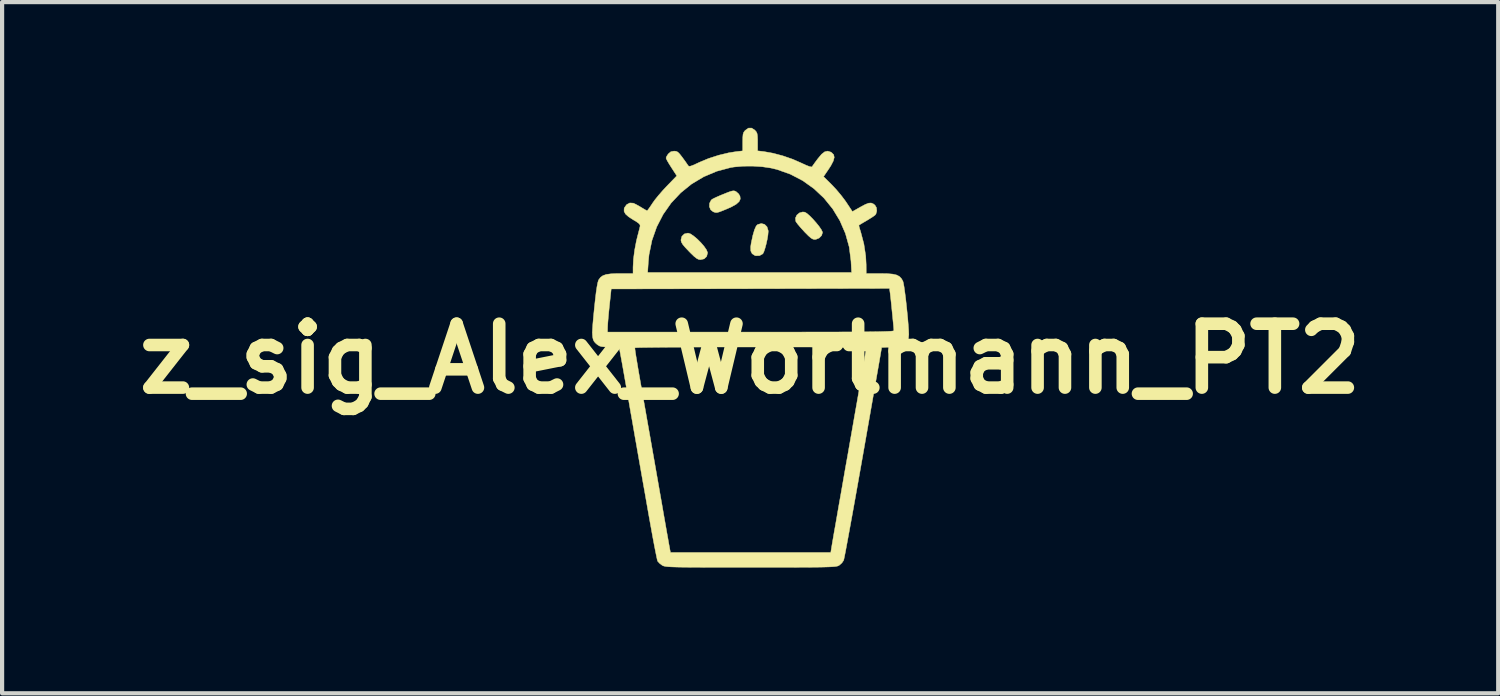
<source format=kicad_pcb>
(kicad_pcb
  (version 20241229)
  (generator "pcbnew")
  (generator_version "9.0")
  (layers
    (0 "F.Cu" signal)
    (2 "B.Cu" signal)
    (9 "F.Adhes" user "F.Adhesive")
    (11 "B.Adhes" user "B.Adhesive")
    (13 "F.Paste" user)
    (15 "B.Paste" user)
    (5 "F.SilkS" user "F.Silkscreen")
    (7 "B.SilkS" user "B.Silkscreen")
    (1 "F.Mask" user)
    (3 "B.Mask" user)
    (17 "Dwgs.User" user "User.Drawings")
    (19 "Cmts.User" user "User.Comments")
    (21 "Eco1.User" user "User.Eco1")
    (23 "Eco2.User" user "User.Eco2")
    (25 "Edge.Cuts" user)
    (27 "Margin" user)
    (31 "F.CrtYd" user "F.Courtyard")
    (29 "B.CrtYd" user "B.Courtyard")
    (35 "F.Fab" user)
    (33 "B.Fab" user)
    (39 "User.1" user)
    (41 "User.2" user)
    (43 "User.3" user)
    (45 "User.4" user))
  (footprint "z_sig_Alex_Wortmann_PT2"
    (layer "F.Cu")
    (at 14.848 5.508)
    (property "Reference" "z_sig_Alex_Wortmann_PT2" (at 0 0 0) (layer "F.SilkS") (effects (font (size 1.524 1.524) (thickness 0.3))))
    (attr through_hole)
    (fp_poly (pts (xy 0.344 -3.205) (xy 0.402 -3.147) (xy 0.43 -3.057) (xy 0.431 -3.029) (xy 0.424 -2.948) (xy 0.407 -2.847) (xy 0.383 -2.737) (xy 0.355 -2.635) (xy 0.328 -2.553) (xy 0.304 -2.505) (xy 0.301 -2.502) (xy 0.222 -2.458) (xy 0.132 -2.457) (xy 0.11 -2.464) (xy 0.047 -2.505) (xy 0.015 -2.57) (xy 0.012 -2.667) (xy 0.024 -2.753) (xy 0.064 -2.941) (xy 0.104 -3.078) (xy 0.144 -3.166) (xy 0.177 -3.2) (xy 0.266 -3.225) (xy 0.344 -3.205)) (stroke (width 0.01) (type solid)) (fill yes) (layer "F.SilkS"))
    (fp_poly (pts (xy -1.424 -2.978) (xy -1.347 -2.926) (xy -1.26 -2.853) (xy -1.174 -2.767) (xy -1.098 -2.678) (xy -1.042 -2.597) (xy -1.017 -2.533) (xy -1.016 -2.524) (xy -1.038 -2.439) (xy -1.098 -2.382) (xy -1.187 -2.362) (xy -1.23 -2.369) (xy -1.276 -2.392) (xy -1.335 -2.438) (xy -1.414 -2.514) (xy -1.458 -2.559) (xy -1.548 -2.654) (xy -1.606 -2.723) (xy -1.638 -2.776) (xy -1.65 -2.82) (xy -1.651 -2.835) (xy -1.629 -2.92) (xy -1.57 -2.977) (xy -1.483 -2.997) (xy -1.424 -2.978)) (stroke (width 0.01) (type solid)) (fill yes) (layer "F.SilkS"))
    (fp_poly (pts (xy 1.304 -3.496) (xy 1.352 -3.468) (xy 1.419 -3.41) (xy 1.496 -3.332) (xy 1.574 -3.244) (xy 1.645 -3.156) (xy 1.698 -3.079) (xy 1.725 -3.022) (xy 1.727 -3.01) (xy 1.704 -2.938) (xy 1.646 -2.879) (xy 1.568 -2.847) (xy 1.541 -2.845) (xy 1.499 -2.852) (xy 1.452 -2.878) (xy 1.392 -2.93) (xy 1.31 -3.012) (xy 1.286 -3.038) (xy 1.208 -3.124) (xy 1.143 -3.2) (xy 1.1 -3.257) (xy 1.087 -3.28) (xy 1.081 -3.357) (xy 1.114 -3.427) (xy 1.176 -3.479) (xy 1.255 -3.501) (xy 1.304 -3.496)) (stroke (width 0.01) (type solid)) (fill yes) (layer "F.SilkS"))
    (fp_poly (pts (xy -0.37 -4.002) (xy -0.337 -3.987) (xy -0.334 -3.985) (xy -0.276 -3.934) (xy -0.243 -3.879) (xy -0.235 -3.811) (xy -0.264 -3.748) (xy -0.333 -3.686) (xy -0.447 -3.622) (xy -0.548 -3.577) (xy -0.659 -3.531) (xy -0.735 -3.502) (xy -0.786 -3.488) (xy -0.823 -3.487) (xy -0.859 -3.497) (xy -0.883 -3.506) (xy -0.943 -3.554) (xy -0.972 -3.627) (xy -0.969 -3.708) (xy -0.932 -3.78) (xy -0.911 -3.801) (xy -0.873 -3.822) (xy -0.801 -3.856) (xy -0.705 -3.898) (xy -0.638 -3.925) (xy -0.529 -3.969) (xy -0.455 -3.995) (xy -0.406 -4.005) (xy -0.37 -4.002)) (stroke (width 0.01) (type solid)) (fill yes) (layer "F.SilkS"))
    (fp_poly (pts (xy 0.111 -5.454) (xy 0.115 -5.449) (xy 0.146 -5.414) (xy 0.165 -5.373) (xy 0.174 -5.315) (xy 0.178 -5.226) (xy 0.178 -5.173) (xy 0.178 -4.959) (xy 0.324 -4.942) (xy 0.543 -4.903) (xy 0.78 -4.84) (xy 1.017 -4.758) (xy 1.206 -4.675) (xy 1.334 -4.616) (xy 1.42 -4.583) (xy 1.468 -4.575) (xy 1.477 -4.581) (xy 1.5 -4.614) (xy 1.544 -4.676) (xy 1.602 -4.754) (xy 1.618 -4.775) (xy 1.704 -4.878) (xy 1.778 -4.936) (xy 1.848 -4.953) (xy 1.92 -4.931) (xy 1.945 -4.916) (xy 1.993 -4.867) (xy 2.006 -4.803) (xy 1.984 -4.718) (xy 1.926 -4.606) (xy 1.879 -4.533) (xy 1.751 -4.344) (xy 1.95 -4.147) (xy 2.054 -4.036) (xy 2.163 -3.906) (xy 2.26 -3.779) (xy 2.294 -3.73) (xy 2.44 -3.51) (xy 2.636 -3.621) (xy 2.746 -3.68) (xy 2.826 -3.711) (xy 2.887 -3.715) (xy 2.94 -3.693) (xy 2.978 -3.663) (xy 3.013 -3.604) (xy 3.021 -3.525) (xy 3.001 -3.453) (xy 2.978 -3.424) (xy 2.935 -3.393) (xy 2.862 -3.346) (xy 2.776 -3.293) (xy 2.769 -3.289) (xy 2.688 -3.242) (xy 2.627 -3.205) (xy 2.596 -3.186) (xy 2.595 -3.185) (xy 2.597 -3.16) (xy 2.614 -3.099) (xy 2.64 -3.016) (xy 2.641 -3.011) (xy 2.713 -2.739) (xy 2.757 -2.451) (xy 2.768 -2.242) (xy 2.769 -2.032) (xy 3.105 -2.032) (xy 3.275 -2.029) (xy 3.403 -2.018) (xy 3.497 -1.996) (xy 3.563 -1.96) (xy 3.611 -1.909) (xy 3.645 -1.848) (xy 3.657 -1.801) (xy 3.673 -1.712) (xy 3.69 -1.59) (xy 3.709 -1.445) (xy 3.727 -1.285) (xy 3.744 -1.12) (xy 3.76 -0.958) (xy 3.772 -0.809) (xy 3.781 -0.681) (xy 3.785 -0.584) (xy 3.785 -0.575) (xy 3.776 -0.484) (xy 3.742 -0.414) (xy 3.711 -0.375) (xy 3.674 -0.337) (xy 3.64 -0.312) (xy 3.594 -0.297) (xy 3.526 -0.288) (xy 3.422 -0.281) (xy 3.387 -0.279) (xy 3.138 -0.267) (xy 3.07 0.127) (xy 2.975 0.67) (xy 2.884 1.188) (xy 2.798 1.679) (xy 2.717 2.141) (xy 2.641 2.572) (xy 2.57 2.972) (xy 2.505 3.337) (xy 2.446 3.666) (xy 2.393 3.957) (xy 2.347 4.209) (xy 2.308 4.42) (xy 2.277 4.587) (xy 2.253 4.709) (xy 2.237 4.785) (xy 2.231 4.81) (xy 2.188 4.874) (xy 2.125 4.929) (xy 2.123 4.931) (xy 2.107 4.939) (xy 2.087 4.947) (xy 2.06 4.953) (xy 2.022 4.959) (xy 1.97 4.963) (xy 1.901 4.967) (xy 1.81 4.97) (xy 1.696 4.973) (xy 1.554 4.975) (xy 1.38 4.976) (xy 1.172 4.977) (xy 0.926 4.978) (xy 0.639 4.978) (xy 0.307 4.978) (xy 0.013 4.978) (xy -0.356 4.978) (xy -0.678 4.978) (xy -0.956 4.978) (xy -1.193 4.977) (xy -1.393 4.976) (xy -1.56 4.975) (xy -1.696 4.973) (xy -1.805 4.97) (xy -1.89 4.967) (xy -1.956 4.963) (xy -2.004 4.958) (xy -2.04 4.952) (xy -2.065 4.945) (xy -2.084 4.938) (xy -2.1 4.929) (xy -2.162 4.882) (xy -2.205 4.835) (xy -2.208 4.83) (xy -2.218 4.795) (xy -2.235 4.715) (xy -2.259 4.597) (xy -2.289 4.444) (xy -2.323 4.263) (xy -2.36 4.059) (xy -2.4 3.837) (xy -2.426 3.692) (xy -2.47 3.44) (xy -2.515 3.183) (xy -2.56 2.931) (xy -2.602 2.692) (xy -2.64 2.475) (xy -2.673 2.288) (xy -2.699 2.14) (xy -2.704 2.108) (xy -2.732 1.952) (xy -2.766 1.758) (xy -2.804 1.538) (xy -2.846 1.302) (xy -2.887 1.064) (xy -2.927 0.835) (xy -2.933 0.8) (xy -2.969 0.596) (xy -3.003 0.403) (xy -3.034 0.227) (xy -3.061 0.076) (xy -3.083 -0.043) (xy -3.097 -0.123) (xy -3.102 -0.146) (xy -3.124 -0.26) (xy -2.75 -0.26) (xy -2.749 -0.232) (xy -2.739 -0.159) (xy -2.722 -0.048) (xy -2.698 0.094) (xy -2.67 0.263) (xy -2.637 0.452) (xy -2.614 0.584) (xy -2.581 0.767) (xy -2.542 0.992) (xy -2.496 1.252) (xy -2.446 1.537) (xy -2.392 1.841) (xy -2.337 2.155) (xy -2.281 2.472) (xy -2.227 2.782) (xy -2.198 2.946) (xy -2.15 3.221) (xy -2.104 3.482) (xy -2.062 3.725) (xy -2.023 3.946) (xy -1.989 4.14) (xy -1.96 4.301) (xy -1.938 4.427) (xy -1.922 4.512) (xy -1.915 4.552) (xy -1.915 4.553) (xy -1.901 4.623) (xy 1.923 4.623) (xy 1.953 4.439) (xy 1.962 4.386) (xy 1.979 4.288) (xy 2.003 4.147) (xy 2.035 3.969) (xy 2.072 3.756) (xy 2.114 3.513) (xy 2.162 3.243) (xy 2.213 2.951) (xy 2.267 2.64) (xy 2.325 2.316) (xy 2.376 2.024) (xy 2.434 1.693) (xy 2.489 1.377) (xy 2.542 1.078) (xy 2.59 0.801) (xy 2.634 0.548) (xy 2.673 0.324) (xy 2.706 0.132) (xy 2.733 -0.025) (xy 2.753 -0.142) (xy 2.765 -0.216) (xy 2.769 -0.243) (xy 2.763 -0.249) (xy 2.745 -0.254) (xy 2.711 -0.259) (xy 2.658 -0.263) (xy 2.585 -0.266) (xy 2.488 -0.269) (xy 2.365 -0.272) (xy 2.214 -0.274) (xy 2.03 -0.275) (xy 1.813 -0.277) (xy 1.558 -0.278) (xy 1.264 -0.279) (xy 0.928 -0.279) (xy 0.547 -0.279) (xy 0.118 -0.279) (xy 0.014 -0.279) (xy -0.355 -0.279) (xy -0.711 -0.279) (xy -1.048 -0.278) (xy -1.365 -0.277) (xy -1.657 -0.275) (xy -1.922 -0.274) (xy -2.156 -0.272) (xy -2.356 -0.27) (xy -2.519 -0.268) (xy -2.641 -0.266) (xy -2.719 -0.263) (xy -2.75 -0.261) (xy -2.75 -0.26) (xy -3.124 -0.26) (xy -3.128 -0.279) (xy -3.351 -0.279) (xy -3.465 -0.281) (xy -3.541 -0.288) (xy -3.594 -0.303) (xy -3.637 -0.329) (xy -3.645 -0.334) (xy -3.688 -0.371) (xy -3.721 -0.408) (xy -3.744 -0.453) (xy -3.758 -0.512) (xy -3.764 -0.59) (xy -3.764 -0.635) (xy -3.404 -0.635) (xy 0.013 -0.635) (xy 0.507 -0.635) (xy 0.953 -0.635) (xy 1.353 -0.636) (xy 1.709 -0.636) (xy 2.024 -0.637) (xy 2.3 -0.638) (xy 2.539 -0.639) (xy 2.743 -0.641) (xy 2.916 -0.643) (xy 3.059 -0.645) (xy 3.175 -0.648) (xy 3.266 -0.651) (xy 3.334 -0.654) (xy 3.382 -0.658) (xy 3.412 -0.662) (xy 3.427 -0.667) (xy 3.429 -0.67) (xy 3.426 -0.709) (xy 3.42 -0.788) (xy 3.409 -0.896) (xy 3.397 -1.023) (xy 3.383 -1.158) (xy 3.37 -1.292) (xy 3.357 -1.412) (xy 3.346 -1.509) (xy 3.339 -1.569) (xy 3.324 -1.677) (xy 0.005 -1.67) (xy -3.315 -1.664) (xy -3.357 -1.27) (xy -3.372 -1.123) (xy -3.385 -0.984) (xy -3.395 -0.865) (xy -3.4 -0.779) (xy -3.401 -0.756) (xy -3.404 -0.635) (xy -3.764 -0.635) (xy -3.762 -0.695) (xy -3.753 -0.832) (xy -3.737 -1.009) (xy -3.72 -1.183) (xy -3.696 -1.407) (xy -3.675 -1.584) (xy -3.655 -1.717) (xy -3.637 -1.811) (xy -3.62 -1.869) (xy -3.613 -1.883) (xy -3.57 -1.941) (xy -3.512 -1.982) (xy -3.433 -2.01) (xy -3.323 -2.025) (xy -3.174 -2.032) (xy -3.101 -2.032) (xy -2.794 -2.032) (xy -2.794 -2.057) (xy -2.446 -2.057) (xy 2.421 -2.057) (xy 2.406 -2.33) (xy 2.363 -2.666) (xy 2.273 -2.988) (xy 2.141 -3.292) (xy 1.97 -3.574) (xy 1.763 -3.83) (xy 1.523 -4.056) (xy 1.254 -4.248) (xy 0.959 -4.402) (xy 0.643 -4.514) (xy 0.498 -4.549) (xy 0.29 -4.58) (xy 0.061 -4.595) (xy -0.171 -4.593) (xy -0.383 -4.574) (xy -0.461 -4.562) (xy -0.798 -4.472) (xy -1.112 -4.339) (xy -1.399 -4.167) (xy -1.658 -3.957) (xy -1.885 -3.715) (xy -2.076 -3.443) (xy -2.23 -3.144) (xy -2.343 -2.823) (xy -2.413 -2.481) (xy -2.43 -2.305) (xy -2.446 -2.057) (xy -2.794 -2.057) (xy -2.794 -2.183) (xy -2.784 -2.374) (xy -2.756 -2.591) (xy -2.714 -2.811) (xy -2.688 -2.917) (xy -2.662 -3.017) (xy -2.64 -3.102) (xy -2.627 -3.157) (xy -2.625 -3.162) (xy -2.629 -3.195) (xy -2.659 -3.23) (xy -2.722 -3.275) (xy -2.781 -3.309) (xy -2.899 -3.385) (xy -2.974 -3.452) (xy -3.008 -3.515) (xy -3.007 -3.579) (xy -2.999 -3.604) (xy -2.946 -3.677) (xy -2.871 -3.716) (xy -2.789 -3.711) (xy -2.785 -3.71) (xy -2.73 -3.684) (xy -2.653 -3.642) (xy -2.598 -3.609) (xy -2.528 -3.567) (xy -2.477 -3.538) (xy -2.458 -3.531) (xy -2.44 -3.55) (xy -2.401 -3.603) (xy -2.35 -3.678) (xy -2.335 -3.702) (xy -2.273 -3.789) (xy -2.186 -3.897) (xy -2.086 -4.012) (xy -1.987 -4.118) (xy -1.75 -4.363) (xy -1.878 -4.56) (xy -1.935 -4.65) (xy -1.979 -4.725) (xy -2.003 -4.776) (xy -2.007 -4.788) (xy -1.992 -4.828) (xy -1.956 -4.883) (xy -1.954 -4.886) (xy -1.891 -4.939) (xy -1.815 -4.953) (xy -1.767 -4.948) (xy -1.726 -4.929) (xy -1.683 -4.886) (xy -1.624 -4.811) (xy -1.612 -4.794) (xy -1.553 -4.714) (xy -1.506 -4.646) (xy -1.478 -4.605) (xy -1.475 -4.601) (xy -1.456 -4.59) (xy -1.416 -4.596) (xy -1.348 -4.622) (xy -1.244 -4.67) (xy -1.217 -4.683) (xy -0.997 -4.775) (xy -0.753 -4.854) (xy -0.508 -4.913) (xy -0.337 -4.94) (xy -0.178 -4.958) (xy -0.178 -5.173) (xy -0.176 -5.28) (xy -0.17 -5.351) (xy -0.156 -5.397) (xy -0.131 -5.433) (xy -0.115 -5.449) (xy -0.04 -5.502) (xy 0.035 -5.503) (xy 0.111 -5.454)) (stroke (width 0.01) (type solid)) (fill yes) (layer "F.SilkS")))
  (gr_rect
    (start -3 -3)
    (end 32.696 13.491)
    (stroke (width 0.1) (type default))
    (fill no)
    (layer "Edge.Cuts")))
</source>
